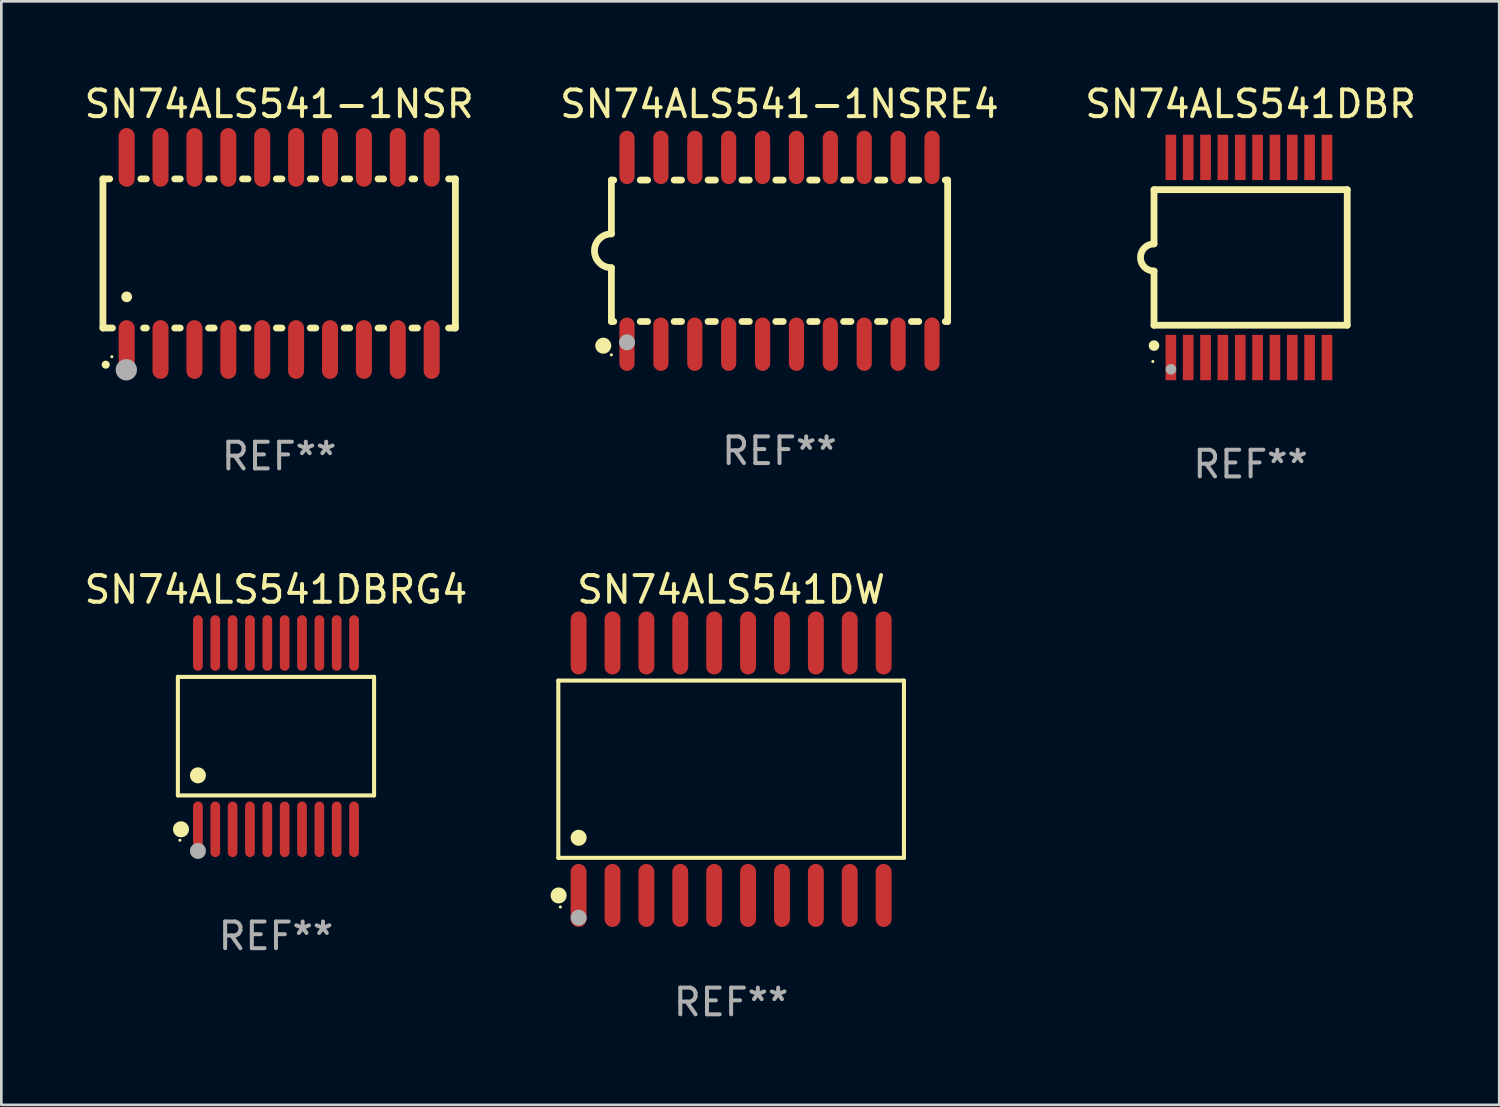
<source format=kicad_pcb>
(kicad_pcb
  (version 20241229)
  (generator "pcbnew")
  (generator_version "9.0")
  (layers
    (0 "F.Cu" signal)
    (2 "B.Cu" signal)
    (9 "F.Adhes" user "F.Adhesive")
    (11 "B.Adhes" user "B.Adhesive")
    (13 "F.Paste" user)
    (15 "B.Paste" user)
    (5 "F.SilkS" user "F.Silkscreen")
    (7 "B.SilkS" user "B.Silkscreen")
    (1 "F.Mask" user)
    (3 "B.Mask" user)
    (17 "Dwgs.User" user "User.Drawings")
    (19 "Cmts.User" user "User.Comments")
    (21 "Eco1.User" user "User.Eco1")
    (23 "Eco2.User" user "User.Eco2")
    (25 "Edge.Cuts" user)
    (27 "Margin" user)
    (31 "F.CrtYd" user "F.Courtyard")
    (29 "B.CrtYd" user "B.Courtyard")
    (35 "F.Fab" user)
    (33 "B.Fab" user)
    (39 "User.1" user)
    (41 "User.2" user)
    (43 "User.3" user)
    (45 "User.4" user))
  (footprint "SN74ALS541DBRG4"
    (layer "F.Cu")
    (at 7.292 24.536)
    (property "Reference" "SN74ALS541DBRG4" (at 0 -5.491 0) (layer "F.SilkS") (effects (font (size 1 1) (thickness 0.15))))
    (attr through_hole)
    (fp_line (start -3.676 -2.221) (end 3.676 -2.221) (stroke (width 0.152) (type solid)) (layer "F.SilkS"))
    (fp_line (start -3.676 2.221) (end -3.676 -2.221) (stroke (width 0.152) (type solid)) (layer "F.SilkS"))
    (fp_line (start 3.676 -2.221) (end 3.676 2.221) (stroke (width 0.152) (type solid)) (layer "F.SilkS"))
    (fp_line (start 3.676 2.221) (end -3.676 2.221) (stroke (width 0.152) (type solid)) (layer "F.SilkS"))
    (fp_circle (center -3.6 3.9) (end -3.57 3.9) (stroke (width 0.06) (type solid)) (fill no) (layer "F.SilkS"))
    (fp_circle (center -3.559 3.491) (end -3.409 3.491) (stroke (width 0.3) (type solid)) (fill no) (layer "F.SilkS"))
    (fp_circle (center -2.925 1.469) (end -2.775 1.469) (stroke (width 0.3) (type solid)) (fill no) (layer "F.SilkS"))
    (fp_circle (center -2.925 4.3) (end -2.775 4.3) (stroke (width 0.3) (type solid)) (fill no) (layer "F.Fab"))
    (fp_text user "REF**" (at 0 7.491 0) (layer "F.Fab") (effects (font (size 1 1) (thickness 0.15))))
    (pad "1" smd oval (at -2.925 3.491) (size 0.364 2.082) (layers "F.Cu" "F.Mask" "F.Paste"))
    (pad "2" smd oval (at -2.275 3.491) (size 0.364 2.082) (layers "F.Cu" "F.Mask" "F.Paste"))
    (pad "3" smd oval (at -1.625 3.491) (size 0.364 2.082) (layers "F.Cu" "F.Mask" "F.Paste"))
    (pad "4" smd oval (at -0.975 3.491) (size 0.364 2.082) (layers "F.Cu" "F.Mask" "F.Paste"))
    (pad "5" smd oval (at -0.325 3.491) (size 0.364 2.082) (layers "F.Cu" "F.Mask" "F.Paste"))
    (pad "6" smd oval (at 0.325 3.491) (size 0.364 2.082) (layers "F.Cu" "F.Mask" "F.Paste"))
    (pad "7" smd oval (at 0.975 3.491) (size 0.364 2.082) (layers "F.Cu" "F.Mask" "F.Paste"))
    (pad "8" smd oval (at 1.625 3.491) (size 0.364 2.082) (layers "F.Cu" "F.Mask" "F.Paste"))
    (pad "9" smd oval (at 2.275 3.491) (size 0.364 2.082) (layers "F.Cu" "F.Mask" "F.Paste"))
    (pad "10" smd oval (at 2.925 3.491) (size 0.364 2.082) (layers "F.Cu" "F.Mask" "F.Paste"))
    (pad "11" smd oval (at 2.925 -3.491) (size 0.364 2.082) (layers "F.Cu" "F.Mask" "F.Paste"))
    (pad "12" smd oval (at 2.275 -3.491) (size 0.364 2.082) (layers "F.Cu" "F.Mask" "F.Paste"))
    (pad "13" smd oval (at 1.625 -3.491) (size 0.364 2.082) (layers "F.Cu" "F.Mask" "F.Paste"))
    (pad "14" smd oval (at 0.975 -3.491) (size 0.364 2.082) (layers "F.Cu" "F.Mask" "F.Paste"))
    (pad "15" smd oval (at 0.325 -3.491) (size 0.364 2.082) (layers "F.Cu" "F.Mask" "F.Paste"))
    (pad "16" smd oval (at -0.325 -3.491) (size 0.364 2.082) (layers "F.Cu" "F.Mask" "F.Paste"))
    (pad "17" smd oval (at -0.975 -3.491) (size 0.364 2.082) (layers "F.Cu" "F.Mask" "F.Paste"))
    (pad "18" smd oval (at -1.625 -3.491) (size 0.364 2.082) (layers "F.Cu" "F.Mask" "F.Paste"))
    (pad "19" smd oval (at -2.275 -3.491) (size 0.364 2.082) (layers "F.Cu" "F.Mask" "F.Paste"))
    (pad "20" smd oval (at -2.925 -3.491) (size 0.364 2.082) (layers "F.Cu" "F.Mask" "F.Paste")))
  (footprint "SN74ALS541DW"
    (layer "F.Cu")
    (at 24.348 25.775)
    (property "Reference" "SN74ALS541DW" (at 0 -6.73 0) (layer "F.SilkS") (effects (font (size 1 1) (thickness 0.15))))
    (attr through_hole)
    (fp_line (start -6.476 -3.321) (end 6.476 -3.321) (stroke (width 0.152) (type solid)) (layer "F.SilkS"))
    (fp_line (start -6.476 3.321) (end -6.476 -3.321) (stroke (width 0.152) (type solid)) (layer "F.SilkS"))
    (fp_line (start 6.476 -3.321) (end 6.476 3.321) (stroke (width 0.152) (type solid)) (layer "F.SilkS"))
    (fp_line (start 6.476 3.321) (end -6.476 3.321) (stroke (width 0.152) (type solid)) (layer "F.SilkS"))
    (fp_circle (center -6.465 4.73) (end -6.315 4.73) (stroke (width 0.3) (type solid)) (fill no) (layer "F.SilkS"))
    (fp_circle (center -6.4 5.163) (end -6.37 5.163) (stroke (width 0.06) (type solid)) (fill no) (layer "F.SilkS"))
    (fp_circle (center -5.715 2.569) (end -5.565 2.569) (stroke (width 0.3) (type solid)) (fill no) (layer "F.SilkS"))
    (fp_circle (center -5.715 5.563) (end -5.565 5.563) (stroke (width 0.3) (type solid)) (fill no) (layer "F.Fab"))
    (fp_text user "REF**" (at 0 8.73 0) (layer "F.Fab") (effects (font (size 1 1) (thickness 0.15))))
    (pad "1" smd oval (at -5.715 4.73) (size 0.595 2.36) (layers "F.Cu" "F.Mask" "F.Paste"))
    (pad "2" smd oval (at -4.445 4.73) (size 0.595 2.36) (layers "F.Cu" "F.Mask" "F.Paste"))
    (pad "3" smd oval (at -3.175 4.73) (size 0.595 2.36) (layers "F.Cu" "F.Mask" "F.Paste"))
    (pad "4" smd oval (at -1.905 4.73) (size 0.595 2.36) (layers "F.Cu" "F.Mask" "F.Paste"))
    (pad "5" smd oval (at -0.635 4.73) (size 0.595 2.36) (layers "F.Cu" "F.Mask" "F.Paste"))
    (pad "6" smd oval (at 0.635 4.73) (size 0.595 2.36) (layers "F.Cu" "F.Mask" "F.Paste"))
    (pad "7" smd oval (at 1.905 4.73) (size 0.595 2.36) (layers "F.Cu" "F.Mask" "F.Paste"))
    (pad "8" smd oval (at 3.175 4.73) (size 0.595 2.36) (layers "F.Cu" "F.Mask" "F.Paste"))
    (pad "9" smd oval (at 4.445 4.73) (size 0.595 2.36) (layers "F.Cu" "F.Mask" "F.Paste"))
    (pad "10" smd oval (at 5.715 4.73) (size 0.595 2.36) (layers "F.Cu" "F.Mask" "F.Paste"))
    (pad "11" smd oval (at 5.715 -4.73) (size 0.595 2.36) (layers "F.Cu" "F.Mask" "F.Paste"))
    (pad "12" smd oval (at 4.445 -4.73) (size 0.595 2.36) (layers "F.Cu" "F.Mask" "F.Paste"))
    (pad "13" smd oval (at 3.175 -4.73) (size 0.595 2.36) (layers "F.Cu" "F.Mask" "F.Paste"))
    (pad "14" smd oval (at 1.905 -4.73) (size 0.595 2.36) (layers "F.Cu" "F.Mask" "F.Paste"))
    (pad "15" smd oval (at 0.635 -4.73) (size 0.595 2.36) (layers "F.Cu" "F.Mask" "F.Paste"))
    (pad "16" smd oval (at -0.635 -4.73) (size 0.595 2.36) (layers "F.Cu" "F.Mask" "F.Paste"))
    (pad "17" smd oval (at -1.905 -4.73) (size 0.595 2.36) (layers "F.Cu" "F.Mask" "F.Paste"))
    (pad "18" smd oval (at -3.175 -4.73) (size 0.595 2.36) (layers "F.Cu" "F.Mask" "F.Paste"))
    (pad "19" smd oval (at -4.445 -4.73) (size 0.595 2.36) (layers "F.Cu" "F.Mask" "F.Paste"))
    (pad "20" smd oval (at -5.715 -4.73) (size 0.595 2.36) (layers "F.Cu" "F.Mask" "F.Paste")))
  (footprint "SN74ALS541-1NSR"
    (layer "F.Cu")
    (at 7.411 6.448)
    (property "Reference" "SN74ALS541-1NSR" (at 0 -5.6 0) (layer "F.SilkS") (effects (font (size 1 1) (thickness 0.15))))
    (attr through_hole)
    (fp_line (start -6.604 -2.794) (end -6.604 2.794) (stroke (width 0.254) (type solid)) (layer "F.SilkS"))
    (fp_line (start -6.604 2.794) (end -6.246 2.794) (stroke (width 0.254) (type solid)) (layer "F.SilkS"))
    (fp_line (start -6.35 -2.794) (end -6.604 -2.794) (stroke (width 0.254) (type solid)) (layer "F.SilkS"))
    (fp_line (start -5.184 -2.794) (end -4.976 -2.794) (stroke (width 0.254) (type solid)) (layer "F.SilkS"))
    (fp_line (start -5.08 2.794) (end -4.976 2.794) (stroke (width 0.254) (type solid)) (layer "F.SilkS"))
    (fp_line (start -3.914 -2.794) (end -3.706 -2.794) (stroke (width 0.254) (type solid)) (layer "F.SilkS"))
    (fp_line (start -3.914 2.794) (end -3.706 2.794) (stroke (width 0.254) (type solid)) (layer "F.SilkS"))
    (fp_line (start -2.644 -2.794) (end -2.436 -2.794) (stroke (width 0.254) (type solid)) (layer "F.SilkS"))
    (fp_line (start -2.644 2.794) (end -2.436 2.794) (stroke (width 0.254) (type solid)) (layer "F.SilkS"))
    (fp_line (start -1.374 -2.794) (end -1.166 -2.794) (stroke (width 0.254) (type solid)) (layer "F.SilkS"))
    (fp_line (start -1.374 2.794) (end -1.166 2.794) (stroke (width 0.254) (type solid)) (layer "F.SilkS"))
    (fp_line (start -0.104 -2.794) (end 0.104 -2.794) (stroke (width 0.254) (type solid)) (layer "F.SilkS"))
    (fp_line (start -0.104 2.794) (end 0.104 2.794) (stroke (width 0.254) (type solid)) (layer "F.SilkS"))
    (fp_line (start 1.166 -2.794) (end 1.374 -2.794) (stroke (width 0.254) (type solid)) (layer "F.SilkS"))
    (fp_line (start 1.166 2.794) (end 1.374 2.794) (stroke (width 0.254) (type solid)) (layer "F.SilkS"))
    (fp_line (start 2.436 -2.794) (end 2.644 -2.794) (stroke (width 0.254) (type solid)) (layer "F.SilkS"))
    (fp_line (start 2.436 2.794) (end 2.644 2.794) (stroke (width 0.254) (type solid)) (layer "F.SilkS"))
    (fp_line (start 3.706 -2.794) (end 3.914 -2.794) (stroke (width 0.254) (type solid)) (layer "F.SilkS"))
    (fp_line (start 3.706 2.794) (end 3.914 2.794) (stroke (width 0.254) (type solid)) (layer "F.SilkS"))
    (fp_line (start 4.976 -2.794) (end 5.08 -2.794) (stroke (width 0.254) (type solid)) (layer "F.SilkS"))
    (fp_line (start 4.976 2.794) (end 5.184 2.794) (stroke (width 0.254) (type solid)) (layer "F.SilkS"))
    (fp_line (start 6.35 -2.794) (end 6.604 -2.794) (stroke (width 0.254) (type solid)) (layer "F.SilkS"))
    (fp_line (start 6.604 -2.794) (end 6.604 2.794) (stroke (width 0.254) (type solid)) (layer "F.SilkS"))
    (fp_line (start 6.604 2.794) (end 6.35 2.794) (stroke (width 0.254) (type solid)) (layer "F.SilkS"))
    (fp_arc (start -6.499619 4.167793) (mid -6.498349 4.167788) (end -6.497079 4.167793) (stroke (width 0.3) (type solid)) (layer "F.SilkS"))
    (fp_arc (start -5.715011 1.625603) (mid -5.713741 1.625599) (end -5.712471 1.625603) (stroke (width 0.4) (type solid)) (layer "F.SilkS"))
    (fp_circle (center -6.27 3.87) (end -6.24 3.87) (stroke (width 0.06) (type solid)) (fill no) (layer "F.SilkS"))
    (fp_circle (center -5.727 4.359) (end -5.527 4.359) (stroke (width 0.4) (type solid)) (fill no) (layer "F.Fab"))
    (fp_text user "REF**" (at 0 7.6 0) (layer "F.Fab") (effects (font (size 1 1) (thickness 0.15))))
    (pad "1" smd oval (at -5.715 3.6) (size 0.6 2.2) (layers "F.Cu" "F.Mask" "F.Paste"))
    (pad "2" smd oval (at -4.445 3.6) (size 0.6 2.2) (layers "F.Cu" "F.Mask" "F.Paste"))
    (pad "3" smd oval (at -3.175 3.6) (size 0.6 2.2) (layers "F.Cu" "F.Mask" "F.Paste"))
    (pad "4" smd oval (at -1.905 3.6) (size 0.6 2.2) (layers "F.Cu" "F.Mask" "F.Paste"))
    (pad "5" smd oval (at -0.635 3.6) (size 0.6 2.2) (layers "F.Cu" "F.Mask" "F.Paste"))
    (pad "6" smd oval (at 0.635 3.6) (size 0.6 2.2) (layers "F.Cu" "F.Mask" "F.Paste"))
    (pad "7" smd oval (at 1.905 3.6) (size 0.6 2.2) (layers "F.Cu" "F.Mask" "F.Paste"))
    (pad "8" smd oval (at 3.175 3.6) (size 0.6 2.2) (layers "F.Cu" "F.Mask" "F.Paste"))
    (pad "9" smd oval (at 4.445 3.6) (size 0.6 2.2) (layers "F.Cu" "F.Mask" "F.Paste"))
    (pad "10" smd oval (at 5.715 3.6) (size 0.6 2.2) (layers "F.Cu" "F.Mask" "F.Paste"))
    (pad "11" smd oval (at 5.715 -3.6 180) (size 0.6 2.2) (layers "F.Cu" "F.Mask" "F.Paste"))
    (pad "12" smd oval (at 4.445 -3.6 180) (size 0.6 2.2) (layers "F.Cu" "F.Mask" "F.Paste"))
    (pad "13" smd oval (at 3.175 -3.6 180) (size 0.6 2.2) (layers "F.Cu" "F.Mask" "F.Paste"))
    (pad "14" smd oval (at 1.905 -3.6 180) (size 0.6 2.2) (layers "F.Cu" "F.Mask" "F.Paste"))
    (pad "15" smd oval (at 0.635 -3.6 180) (size 0.6 2.2) (layers "F.Cu" "F.Mask" "F.Paste"))
    (pad "16" smd oval (at -0.635 -3.6 180) (size 0.6 2.2) (layers "F.Cu" "F.Mask" "F.Paste"))
    (pad "17" smd oval (at -1.905 -3.6 180) (size 0.6 2.2) (layers "F.Cu" "F.Mask" "F.Paste"))
    (pad "18" smd oval (at -3.175 -3.6 180) (size 0.6 2.2) (layers "F.Cu" "F.Mask" "F.Paste"))
    (pad "19" smd oval (at -4.445 -3.6 180) (size 0.6 2.2) (layers "F.Cu" "F.Mask" "F.Paste"))
    (pad "20" smd oval (at -5.715 -3.6 180) (size 0.6 2.2) (layers "F.Cu" "F.Mask" "F.Paste")))
  (footprint "SN74ALS541-1NSRE4"
    (layer "F.Cu")
    (at 26.161 6.348)
    (property "Reference" "SN74ALS541-1NSRE4" (at 0 -5.5 0) (layer "F.SilkS") (effects (font (size 1 1) (thickness 0.15))))
    (attr through_hole)
    (fp_line (start -6.3 -2.65) (end -6.3 -0.635) (stroke (width 0.254) (type solid)) (layer "F.SilkS"))
    (fp_line (start -6.3 -2.65) (end -6.212 -2.65) (stroke (width 0.254) (type solid)) (layer "F.SilkS"))
    (fp_line (start -6.3 2.65) (end -6.3 0.635) (stroke (width 0.254) (type solid)) (layer "F.SilkS"))
    (fp_line (start -6.3 2.65) (end -6.212 2.65) (stroke (width 0.254) (type solid)) (layer "F.SilkS"))
    (fp_line (start -5.218 -2.65) (end -4.942 -2.65) (stroke (width 0.254) (type solid)) (layer "F.SilkS"))
    (fp_line (start -5.218 2.65) (end -4.942 2.65) (stroke (width 0.254) (type solid)) (layer "F.SilkS"))
    (fp_line (start -3.948 -2.65) (end -3.672 -2.65) (stroke (width 0.254) (type solid)) (layer "F.SilkS"))
    (fp_line (start -3.948 2.65) (end -3.672 2.65) (stroke (width 0.254) (type solid)) (layer "F.SilkS"))
    (fp_line (start -2.678 -2.65) (end -2.402 -2.65) (stroke (width 0.254) (type solid)) (layer "F.SilkS"))
    (fp_line (start -2.678 2.65) (end -2.402 2.65) (stroke (width 0.254) (type solid)) (layer "F.SilkS"))
    (fp_line (start -1.408 -2.65) (end -1.132 -2.65) (stroke (width 0.254) (type solid)) (layer "F.SilkS"))
    (fp_line (start -1.408 2.65) (end -1.132 2.65) (stroke (width 0.254) (type solid)) (layer "F.SilkS"))
    (fp_line (start -0.138 -2.65) (end 0.138 -2.65) (stroke (width 0.254) (type solid)) (layer "F.SilkS"))
    (fp_line (start -0.138 2.65) (end 0.138 2.65) (stroke (width 0.254) (type solid)) (layer "F.SilkS"))
    (fp_line (start 1.132 -2.65) (end 1.408 -2.65) (stroke (width 0.254) (type solid)) (layer "F.SilkS"))
    (fp_line (start 1.132 2.65) (end 1.408 2.65) (stroke (width 0.254) (type solid)) (layer "F.SilkS"))
    (fp_line (start 2.402 -2.65) (end 2.678 -2.65) (stroke (width 0.254) (type solid)) (layer "F.SilkS"))
    (fp_line (start 2.402 2.65) (end 2.678 2.65) (stroke (width 0.254) (type solid)) (layer "F.SilkS"))
    (fp_line (start 3.672 -2.65) (end 3.948 -2.65) (stroke (width 0.254) (type solid)) (layer "F.SilkS"))
    (fp_line (start 3.672 2.65) (end 3.948 2.65) (stroke (width 0.254) (type solid)) (layer "F.SilkS"))
    (fp_line (start 4.942 -2.65) (end 5.218 -2.65) (stroke (width 0.254) (type solid)) (layer "F.SilkS"))
    (fp_line (start 4.942 2.65) (end 5.218 2.65) (stroke (width 0.254) (type solid)) (layer "F.SilkS"))
    (fp_line (start 6.212 -2.65) (end 6.3 -2.65) (stroke (width 0.254) (type solid)) (layer "F.SilkS"))
    (fp_line (start 6.212 2.65) (end 6.3 2.65) (stroke (width 0.254) (type solid)) (layer "F.SilkS"))
    (fp_line (start 6.3 -2.65) (end 6.3 2.65) (stroke (width 0.254) (type solid)) (layer "F.SilkS"))
    (fp_arc (start -6.299975 0.634874) (mid -6.933579 0.000127) (end -6.299213 -0.633858) (stroke (width 0.254001) (type solid)) (layer "F.SilkS"))
    (fp_circle (center -6.604 3.556) (end -6.454 3.556) (stroke (width 0.3) (type solid)) (fill no) (layer "F.SilkS"))
    (fp_circle (center -6.3 3.9) (end -6.27 3.9) (stroke (width 0.06) (type solid)) (fill no) (layer "F.SilkS"))
    (fp_circle (center -5.715 3.429) (end -5.565 3.429) (stroke (width 0.3) (type solid)) (fill no) (layer "F.Fab"))
    (fp_text user "REF**" (at 0 7.5 0) (layer "F.Fab") (effects (font (size 1 1) (thickness 0.15))))
    (pad "1" smd oval (at -5.715 3.5) (size 0.568 2) (layers "F.Cu" "F.Mask" "F.Paste"))
    (pad "2" smd oval (at -4.445 3.5) (size 0.568 2) (layers "F.Cu" "F.Mask" "F.Paste"))
    (pad "3" smd oval (at -3.175 3.5) (size 0.568 2) (layers "F.Cu" "F.Mask" "F.Paste"))
    (pad "4" smd oval (at -1.905 3.5) (size 0.568 2) (layers "F.Cu" "F.Mask" "F.Paste"))
    (pad "5" smd oval (at -0.635 3.5) (size 0.568 2) (layers "F.Cu" "F.Mask" "F.Paste"))
    (pad "6" smd oval (at 0.635 3.5) (size 0.568 2) (layers "F.Cu" "F.Mask" "F.Paste"))
    (pad "7" smd oval (at 1.905 3.5) (size 0.568 2) (layers "F.Cu" "F.Mask" "F.Paste"))
    (pad "8" smd oval (at 3.175 3.5) (size 0.568 2) (layers "F.Cu" "F.Mask" "F.Paste"))
    (pad "9" smd oval (at 4.445 3.5) (size 0.568 2) (layers "F.Cu" "F.Mask" "F.Paste"))
    (pad "10" smd oval (at 5.715 3.5) (size 0.568 2) (layers "F.Cu" "F.Mask" "F.Paste"))
    (pad "11" smd oval (at 5.715 -3.5) (size 0.568 2) (layers "F.Cu" "F.Mask" "F.Paste"))
    (pad "12" smd oval (at 4.445 -3.5) (size 0.568 2) (layers "F.Cu" "F.Mask" "F.Paste"))
    (pad "13" smd oval (at 3.175 -3.5) (size 0.568 2) (layers "F.Cu" "F.Mask" "F.Paste"))
    (pad "14" smd oval (at 1.905 -3.5) (size 0.568 2) (layers "F.Cu" "F.Mask" "F.Paste"))
    (pad "15" smd oval (at 0.635 -3.5) (size 0.568 2) (layers "F.Cu" "F.Mask" "F.Paste"))
    (pad "16" smd oval (at -0.635 -3.5) (size 0.568 2) (layers "F.Cu" "F.Mask" "F.Paste"))
    (pad "17" smd oval (at -1.905 -3.5) (size 0.568 2) (layers "F.Cu" "F.Mask" "F.Paste"))
    (pad "18" smd oval (at -3.175 -3.5) (size 0.568 2) (layers "F.Cu" "F.Mask" "F.Paste"))
    (pad "19" smd oval (at -4.445 -3.5) (size 0.568 2) (layers "F.Cu" "F.Mask" "F.Paste"))
    (pad "20" smd oval (at -5.715 -3.5) (size 0.568 2) (layers "F.Cu" "F.Mask" "F.Paste")))
  (footprint "SN74ALS541DBR"
    (layer "F.Cu")
    (at 43.815 6.598)
    (property "Reference" "SN74ALS541DBR" (at 0 -5.75 0) (layer "F.SilkS") (effects (font (size 1 1) (thickness 0.15))))
    (attr through_hole)
    (fp_line (start -3.62 -2.54) (end 3.62 -2.54) (stroke (width 0.254) (type solid)) (layer "F.SilkS"))
    (fp_line (start -3.62 -0.508) (end -3.62 -2.54) (stroke (width 0.254) (type solid)) (layer "F.SilkS"))
    (fp_line (start -3.62 2.54) (end -3.62 0.508) (stroke (width 0.254) (type solid)) (layer "F.SilkS"))
    (fp_line (start 3.62 -2.54) (end 3.62 2.54) (stroke (width 0.254) (type solid)) (layer "F.SilkS"))
    (fp_line (start 3.62 2.54) (end -3.62 2.54) (stroke (width 0.254) (type solid)) (layer "F.SilkS"))
    (fp_arc (start -3.619507 0.508052) (mid -4.125607 0.000051) (end -3.619507 -0.50795) (stroke (width 0.254001) (type solid)) (layer "F.SilkS"))
    (fp_circle (center -3.664 3.9) (end -3.634 3.9) (stroke (width 0.06) (type solid)) (fill no) (layer "F.SilkS"))
    (fp_circle (center -3.62 3.302) (end -3.52 3.302) (stroke (width 0.2) (type solid)) (fill no) (layer "F.SilkS"))
    (fp_circle (center -2.985 4.191) (end -2.885 4.191) (stroke (width 0.2) (type solid)) (fill no) (layer "F.Fab"))
    (fp_text user "REF**" (at 0 7.75 0) (layer "F.Fab") (effects (font (size 1 1) (thickness 0.15))))
    (pad "1" smd rect (at -2.989 3.75) (size 0.4 1.7) (layers "F.Cu" "F.Mask" "F.Paste"))
    (pad "2" smd rect (at -2.339 3.75) (size 0.4 1.7) (layers "F.Cu" "F.Mask" "F.Paste"))
    (pad "3" smd rect (at -1.689 3.75) (size 0.4 1.7) (layers "F.Cu" "F.Mask" "F.Paste"))
    (pad "4" smd rect (at -1.039 3.75) (size 0.4 1.7) (layers "F.Cu" "F.Mask" "F.Paste"))
    (pad "5" smd rect (at -0.389 3.75) (size 0.4 1.7) (layers "F.Cu" "F.Mask" "F.Paste"))
    (pad "6" smd rect (at 0.261 3.75) (size 0.4 1.7) (layers "F.Cu" "F.Mask" "F.Paste"))
    (pad "7" smd rect (at 0.911 3.75) (size 0.4 1.7) (layers "F.Cu" "F.Mask" "F.Paste"))
    (pad "8" smd rect (at 1.561 3.75) (size 0.4 1.7) (layers "F.Cu" "F.Mask" "F.Paste"))
    (pad "9" smd rect (at 2.211 3.75) (size 0.4 1.7) (layers "F.Cu" "F.Mask" "F.Paste"))
    (pad "10" smd rect (at 2.862 3.75) (size 0.4 1.7) (layers "F.Cu" "F.Mask" "F.Paste"))
    (pad "11" smd rect (at 2.862 -3.75) (size 0.4 1.7) (layers "F.Cu" "F.Mask" "F.Paste"))
    (pad "12" smd rect (at 2.211 -3.75) (size 0.4 1.7) (layers "F.Cu" "F.Mask" "F.Paste"))
    (pad "13" smd rect (at 1.561 -3.75) (size 0.4 1.7) (layers "F.Cu" "F.Mask" "F.Paste"))
    (pad "14" smd rect (at 0.911 -3.75) (size 0.4 1.7) (layers "F.Cu" "F.Mask" "F.Paste"))
    (pad "15" smd rect (at 0.261 -3.75) (size 0.4 1.7) (layers "F.Cu" "F.Mask" "F.Paste"))
    (pad "16" smd rect (at -0.389 -3.75) (size 0.4 1.7) (layers "F.Cu" "F.Mask" "F.Paste"))
    (pad "17" smd rect (at -1.039 -3.75) (size 0.4 1.7) (layers "F.Cu" "F.Mask" "F.Paste"))
    (pad "18" smd rect (at -1.689 -3.75) (size 0.4 1.7) (layers "F.Cu" "F.Mask" "F.Paste"))
    (pad "19" smd rect (at -2.339 -3.75) (size 0.4 1.7) (layers "F.Cu" "F.Mask" "F.Paste"))
    (pad "20" smd rect (at -2.989 -3.75) (size 0.4 1.7) (layers "F.Cu" "F.Mask" "F.Paste")))
  (gr_rect
    (start -3 -3)
    (end 53.131 38.353)
    (stroke (width 0.1) (type default))
    (fill no)
    (layer "Edge.Cuts")))
</source>
